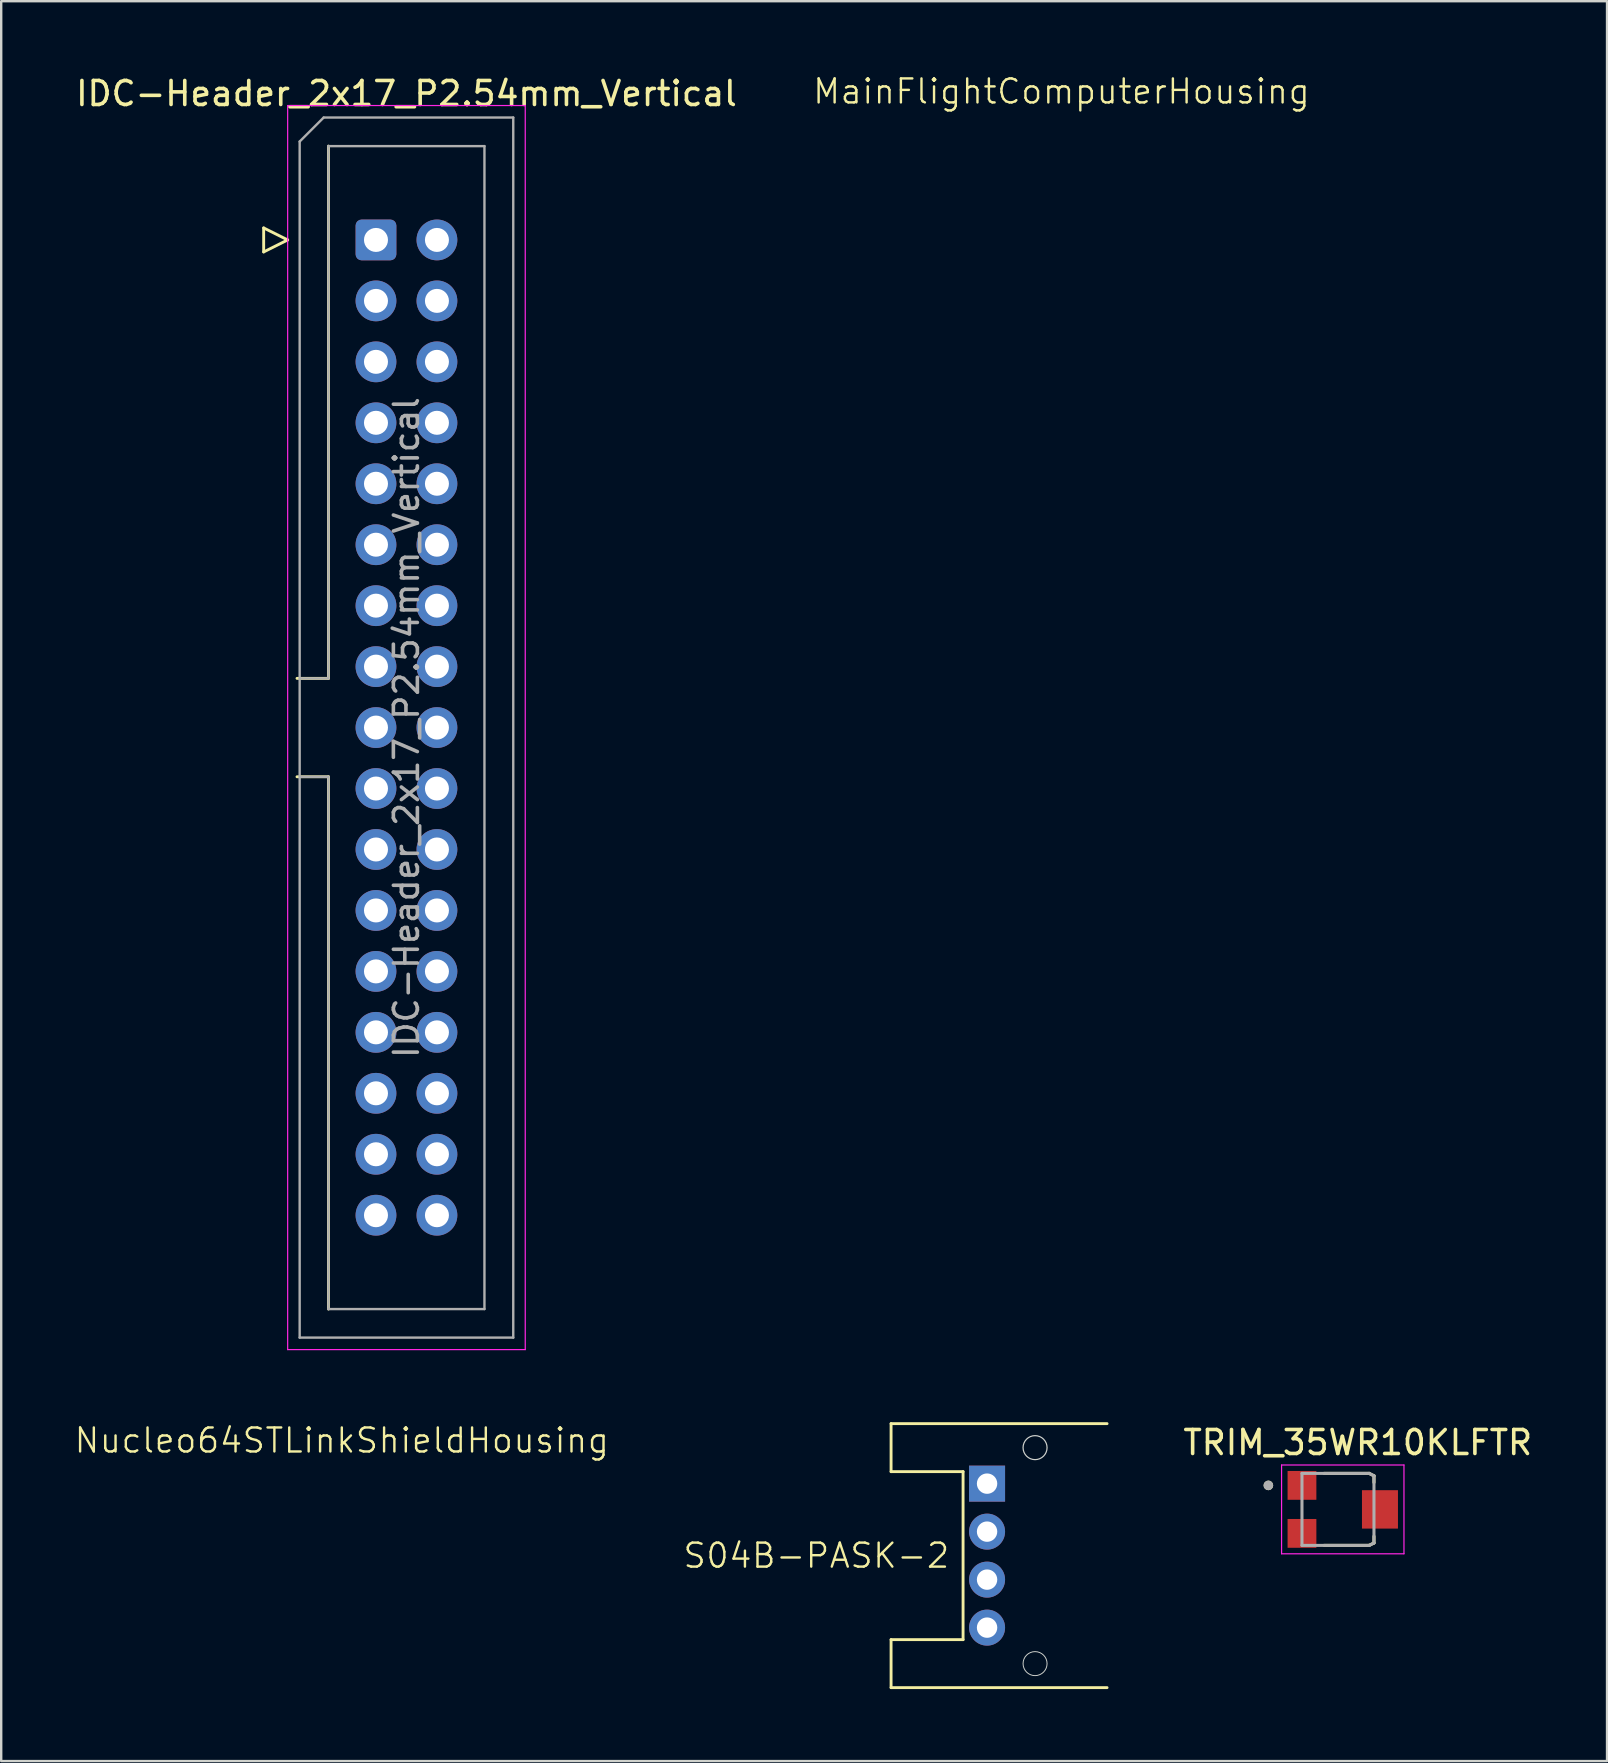
<source format=kicad_pcb>
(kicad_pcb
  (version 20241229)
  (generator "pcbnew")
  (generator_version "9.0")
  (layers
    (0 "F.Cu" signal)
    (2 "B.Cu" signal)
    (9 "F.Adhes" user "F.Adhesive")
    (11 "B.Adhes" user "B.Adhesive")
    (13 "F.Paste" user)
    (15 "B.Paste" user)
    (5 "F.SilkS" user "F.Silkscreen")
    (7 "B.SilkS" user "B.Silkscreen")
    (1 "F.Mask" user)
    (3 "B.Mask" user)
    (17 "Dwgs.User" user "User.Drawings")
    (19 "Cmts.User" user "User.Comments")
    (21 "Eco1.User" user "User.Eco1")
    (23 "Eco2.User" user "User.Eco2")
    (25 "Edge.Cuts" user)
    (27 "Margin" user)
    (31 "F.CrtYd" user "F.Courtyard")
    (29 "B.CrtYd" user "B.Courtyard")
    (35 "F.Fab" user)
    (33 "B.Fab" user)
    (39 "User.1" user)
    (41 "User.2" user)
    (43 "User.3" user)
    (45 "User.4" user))
  (footprint "MainFlightComputerHousing"
    (layer "F.Cu")
    (at 41.181 1.26)
    (property "Reference" "MainFlightComputerHousing" (at 0 -0.5 0) (unlocked yes) (layer "F.SilkS") (effects (font (size 1 1) (thickness 0.1))))
    (attr exclude_from_bom)
    (fp_line (start -1 0) (end 1 0) (stroke (width 0.1) (type default)) (layer "User.1"))
    (fp_line (start 0 -1) (end 0 1) (stroke (width 0.1) (type default)) (layer "User.1"))
    (fp_circle (center 0 0) (end 1 0) (stroke (width 0.1) (type default)) (fill no) (layer "User.1")))
  (footprint "IDC-Header_2x17_P2.54mm_Vertical"
    (layer "F.Cu")
    (at 12.617 6.948)
    (property "Reference" "IDC-Header_2x17_P2.54mm_Vertical" (at 1.27 -6.1 0) (layer "F.SilkS") (effects (font (size 1 1) (thickness 0.15))))
    (attr through_hole)
    (fp_line (start -4.68 -0.5) (end -4.68 0.5) (stroke (width 0.12) (type solid)) (layer "F.SilkS"))
    (fp_line (start -4.68 0.5) (end -3.68 0) (stroke (width 0.12) (type solid)) (layer "F.SilkS"))
    (fp_line (start -3.68 0) (end -4.68 -0.5) (stroke (width 0.12) (type solid)) (layer "F.SilkS"))
    (fp_line (start -3.29 18.27) (end -1.98 18.27) (stroke (width 0.12) (type solid)) (layer "F.SilkS"))
    (fp_line (start -1.98 18.27) (end -1.98 -3.91) (stroke (width 0.12) (type solid)) (layer "F.SilkS"))
    (fp_line (start -1.98 22.37) (end -3.29 22.37) (stroke (width 0.12) (type solid)) (layer "F.SilkS"))
    (fp_line (start -1.98 44.55) (end -1.98 22.37) (stroke (width 0.12) (type solid)) (layer "F.SilkS"))
    (fp_line (start -3.68 -5.6) (end -3.68 46.24) (stroke (width 0.05) (type solid)) (layer "F.CrtYd"))
    (fp_line (start -3.68 46.24) (end 6.22 46.24) (stroke (width 0.05) (type solid)) (layer "F.CrtYd"))
    (fp_line (start 6.22 -5.6) (end -3.68 -5.6) (stroke (width 0.05) (type solid)) (layer "F.CrtYd"))
    (fp_line (start 6.22 46.24) (end 6.22 -5.6) (stroke (width 0.05) (type solid)) (layer "F.CrtYd"))
    (fp_line (start -3.18 -4.1) (end -2.18 -5.1) (stroke (width 0.1) (type solid)) (layer "F.Fab"))
    (fp_line (start -3.18 18.27) (end -1.98 18.27) (stroke (width 0.1) (type solid)) (layer "F.Fab"))
    (fp_line (start -3.18 45.74) (end -3.18 -4.1) (stroke (width 0.1) (type solid)) (layer "F.Fab"))
    (fp_line (start -2.18 -5.1) (end 5.72 -5.1) (stroke (width 0.1) (type solid)) (layer "F.Fab"))
    (fp_line (start -1.98 -3.91) (end 4.52 -3.91) (stroke (width 0.1) (type solid)) (layer "F.Fab"))
    (fp_line (start -1.98 18.27) (end -1.98 -3.91) (stroke (width 0.1) (type solid)) (layer "F.Fab"))
    (fp_line (start -1.98 22.37) (end -3.18 22.37) (stroke (width 0.1) (type solid)) (layer "F.Fab"))
    (fp_line (start -1.98 44.55) (end -1.98 22.37) (stroke (width 0.1) (type solid)) (layer "F.Fab"))
    (fp_line (start 4.52 -3.91) (end 4.52 44.55) (stroke (width 0.1) (type solid)) (layer "F.Fab"))
    (fp_line (start 4.52 44.55) (end -1.98 44.55) (stroke (width 0.1) (type solid)) (layer "F.Fab"))
    (fp_line (start 5.72 -5.1) (end 5.72 45.74) (stroke (width 0.1) (type solid)) (layer "F.Fab"))
    (fp_line (start 5.72 45.74) (end -3.18 45.74) (stroke (width 0.1) (type solid)) (layer "F.Fab"))
    (fp_text user "${REFERENCE}" (at 1.27 20.32 90) (layer "F.Fab") (effects (font (size 1 1) (thickness 0.15))))
    (pad "1" thru_hole roundrect (at 0 0) (size 1.7 1.7) (drill 1) (layers "*.Cu" "*.Mask") (roundrect_rratio 0.147))
    (pad "2" thru_hole circle (at 2.54 0) (size 1.7 1.7) (drill 1) (layers "*.Cu" "*.Mask"))
    (pad "3" thru_hole circle (at 0 2.54) (size 1.7 1.7) (drill 1) (layers "*.Cu" "*.Mask"))
    (pad "4" thru_hole circle (at 2.54 2.54) (size 1.7 1.7) (drill 1) (layers "*.Cu" "*.Mask"))
    (pad "5" thru_hole circle (at 0 5.08) (size 1.7 1.7) (drill 1) (layers "*.Cu" "*.Mask"))
    (pad "6" thru_hole circle (at 2.54 5.08) (size 1.7 1.7) (drill 1) (layers "*.Cu" "*.Mask"))
    (pad "7" thru_hole circle (at 0 7.62) (size 1.7 1.7) (drill 1) (layers "*.Cu" "*.Mask"))
    (pad "8" thru_hole circle (at 2.54 7.62) (size 1.7 1.7) (drill 1) (layers "*.Cu" "*.Mask"))
    (pad "9" thru_hole circle (at 0 10.16) (size 1.7 1.7) (drill 1) (layers "*.Cu" "*.Mask"))
    (pad "10" thru_hole circle (at 2.54 10.16) (size 1.7 1.7) (drill 1) (layers "*.Cu" "*.Mask"))
    (pad "11" thru_hole circle (at 0 12.7) (size 1.7 1.7) (drill 1) (layers "*.Cu" "*.Mask"))
    (pad "12" thru_hole circle (at 2.54 12.7) (size 1.7 1.7) (drill 1) (layers "*.Cu" "*.Mask"))
    (pad "13" thru_hole circle (at 0 15.24) (size 1.7 1.7) (drill 1) (layers "*.Cu" "*.Mask"))
    (pad "14" thru_hole circle (at 2.54 15.24) (size 1.7 1.7) (drill 1) (layers "*.Cu" "*.Mask"))
    (pad "15" thru_hole circle (at 0 17.78) (size 1.7 1.7) (drill 1) (layers "*.Cu" "*.Mask"))
    (pad "16" thru_hole circle (at 2.54 17.78) (size 1.7 1.7) (drill 1) (layers "*.Cu" "*.Mask"))
    (pad "17" thru_hole circle (at 0 20.32) (size 1.7 1.7) (drill 1) (layers "*.Cu" "*.Mask"))
    (pad "18" thru_hole circle (at 2.54 20.32) (size 1.7 1.7) (drill 1) (layers "*.Cu" "*.Mask"))
    (pad "19" thru_hole circle (at 0 22.86) (size 1.7 1.7) (drill 1) (layers "*.Cu" "*.Mask"))
    (pad "20" thru_hole circle (at 2.54 22.86) (size 1.7 1.7) (drill 1) (layers "*.Cu" "*.Mask"))
    (pad "21" thru_hole circle (at 0 25.4) (size 1.7 1.7) (drill 1) (layers "*.Cu" "*.Mask"))
    (pad "22" thru_hole circle (at 2.54 25.4) (size 1.7 1.7) (drill 1) (layers "*.Cu" "*.Mask"))
    (pad "23" thru_hole circle (at 0 27.94) (size 1.7 1.7) (drill 1) (layers "*.Cu" "*.Mask"))
    (pad "24" thru_hole circle (at 2.54 27.94) (size 1.7 1.7) (drill 1) (layers "*.Cu" "*.Mask"))
    (pad "25" thru_hole circle (at 0 30.48) (size 1.7 1.7) (drill 1) (layers "*.Cu" "*.Mask"))
    (pad "26" thru_hole circle (at 2.54 30.48) (size 1.7 1.7) (drill 1) (layers "*.Cu" "*.Mask"))
    (pad "27" thru_hole circle (at 0 33.02) (size 1.7 1.7) (drill 1) (layers "*.Cu" "*.Mask"))
    (pad "28" thru_hole circle (at 2.54 33.02) (size 1.7 1.7) (drill 1) (layers "*.Cu" "*.Mask"))
    (pad "29" thru_hole circle (at 0 35.56) (size 1.7 1.7) (drill 1) (layers "*.Cu" "*.Mask"))
    (pad "30" thru_hole circle (at 2.54 35.56) (size 1.7 1.7) (drill 1) (layers "*.Cu" "*.Mask"))
    (pad "31" thru_hole circle (at 0 38.1) (size 1.7 1.7) (drill 1) (layers "*.Cu" "*.Mask"))
    (pad "32" thru_hole circle (at 2.54 38.1) (size 1.7 1.7) (drill 1) (layers "*.Cu" "*.Mask"))
    (pad "33" thru_hole circle (at 0 40.64) (size 1.7 1.7) (drill 1) (layers "*.Cu" "*.Mask"))
    (pad "34" thru_hole circle (at 2.54 40.64) (size 1.7 1.7) (drill 1) (layers "*.Cu" "*.Mask")))
  (footprint "S04B-PASK-2"
    (layer "F.Cu")
    (at 38.081 58.773)
    (property "Reference" "S04B-PASK-2" (at -1.5 3 0) (unlocked yes) (layer "F.SilkS") (effects (font (size 1 1) (thickness 0.1)) (justify right)))
    (attr through_hole)
    (fp_line (start -4 -2.5) (end -4 -0.5) (stroke (width 0.12) (type default)) (layer "F.SilkS"))
    (fp_line (start -4 -0.5) (end -1 -0.5) (stroke (width 0.12) (type default)) (layer "F.SilkS"))
    (fp_line (start -4 6.5) (end -4 8.5) (stroke (width 0.12) (type default)) (layer "F.SilkS"))
    (fp_line (start -4 8.5) (end 5 8.5) (stroke (width 0.12) (type default)) (layer "F.SilkS"))
    (fp_line (start -1 -0.5) (end -1 6.5) (stroke (width 0.12) (type default)) (layer "F.SilkS"))
    (fp_line (start -1 6.5) (end -4 6.5) (stroke (width 0.12) (type default)) (layer "F.SilkS"))
    (fp_line (start 5 -2.5) (end -4 -2.5) (stroke (width 0.12) (type default)) (layer "F.SilkS"))
    (fp_circle (center 2 -1.5) (end 2.5 -1.5) (stroke (width 0.05) (type solid)) (fill no) (layer "Edge.Cuts"))
    (fp_circle (center 2 7.5) (end 2.5 7.5) (stroke (width 0.04) (type solid)) (fill no) (layer "Edge.Cuts"))
    (pad "1" thru_hole rect (at 0 0 270) (size 1.5 1.5) (drill 0.85) (layers "*.Cu" "*.Mask"))
    (pad "2" thru_hole circle (at 0 2 270) (size 1.5 1.5) (drill 0.85) (layers "*.Cu" "*.Mask"))
    (pad "3" thru_hole circle (at 0 4 270) (size 1.5 1.5) (drill 0.85) (layers "*.Cu" "*.Mask"))
    (pad "4" thru_hole circle (at 0 6 270) (size 1.5 1.5) (drill 0.85) (layers "*.Cu" "*.Mask")))
  (footprint "TRIM_35WR10KLFTR"
    (layer "F.Cu")
    (at 52.803 59.846)
    (property "Reference" "TRIM_35WR10KLFTR" (at 0.725 -2.785 0) (layer "F.SilkS") (effects (font (size 1 1) (thickness 0.15))))
    (attr smd)
    (fp_line (start -0.68 -1.5) (end 1.2 -1.5) (stroke (width 0.127) (type solid)) (layer "F.SilkS"))
    (fp_line (start -0.68 1.5) (end 1.2 1.5) (stroke (width 0.127) (type solid)) (layer "F.SilkS"))
    (fp_line (start 1.2 -1.5) (end 1.4 -1.4) (stroke (width 0.127) (type solid)) (layer "F.SilkS"))
    (fp_line (start 1.2 1.5) (end 1.4 1.4) (stroke (width 0.127) (type solid)) (layer "F.SilkS"))
    (fp_line (start 1.4 -1.4) (end 1.4 -1.12) (stroke (width 0.127) (type solid)) (layer "F.SilkS"))
    (fp_line (start 1.4 1.4) (end 1.4 1.12) (stroke (width 0.127) (type solid)) (layer "F.SilkS"))
    (fp_circle (center -3 -1) (end -2.9 -1) (stroke (width 0.2) (type solid)) (fill no) (layer "F.SilkS"))
    (fp_line (start -2.45 -1.85) (end -2.45 1.85) (stroke (width 0.05) (type solid)) (layer "F.CrtYd"))
    (fp_line (start -2.45 1.85) (end 2.65 1.85) (stroke (width 0.05) (type solid)) (layer "F.CrtYd"))
    (fp_line (start 2.65 -1.85) (end -2.45 -1.85) (stroke (width 0.05) (type solid)) (layer "F.CrtYd"))
    (fp_line (start 2.65 1.85) (end 2.65 -1.85) (stroke (width 0.05) (type solid)) (layer "F.CrtYd"))
    (fp_line (start -1.6 -1.5) (end -1.6 1.5) (stroke (width 0.127) (type solid)) (layer "F.Fab"))
    (fp_line (start -1.6 -1.5) (end 1.2 -1.5) (stroke (width 0.127) (type solid)) (layer "F.Fab"))
    (fp_line (start -1.6 1.5) (end 1.2 1.5) (stroke (width 0.127) (type solid)) (layer "F.Fab"))
    (fp_line (start 1.2 -1.5) (end 1.4 -1.4) (stroke (width 0.127) (type solid)) (layer "F.Fab"))
    (fp_line (start 1.2 1.5) (end 1.4 1.4) (stroke (width 0.127) (type solid)) (layer "F.Fab"))
    (fp_line (start 1.4 -1.4) (end 1.4 1.4) (stroke (width 0.127) (type solid)) (layer "F.Fab"))
    (fp_circle (center -3 -1) (end -2.9 -1) (stroke (width 0.2) (type solid)) (fill no) (layer "F.Fab"))
    (pad "1" smd rect (at -1.6 -1) (size 1.2 1.2) (layers "F.Cu" "F.Mask" "F.Paste"))
    (pad "2" smd rect (at 1.65 0) (size 1.5 1.6) (layers "F.Cu" "F.Mask" "F.Paste"))
    (pad "3" smd rect (at -1.6 1) (size 1.2 1.2) (layers "F.Cu" "F.Mask" "F.Paste")))
  (footprint "Nucleo64STLinkShieldHousing"
    (layer "F.Cu")
    (at 11.193 57.474)
    (property "Reference" "Nucleo64STLinkShieldHousing" (at 0 -0.5 0) (unlocked yes) (layer "F.SilkS") (effects (font (size 1 1) (thickness 0.1))))
    (attr smd)
    (fp_line (start -1 0) (end 1 0) (stroke (width 0.1) (type default)) (layer "User.1"))
    (fp_line (start 0 -1) (end 0 1) (stroke (width 0.1) (type default)) (layer "User.1"))
    (fp_circle (center 0 0) (end 1 0) (stroke (width 0.1) (type default)) (fill no) (layer "User.1")))
  (gr_rect
    (start -3 -3)
    (end 63.915 70.333)
    (stroke (width 0.1) (type default))
    (fill no)
    (layer "Edge.Cuts")))
</source>
